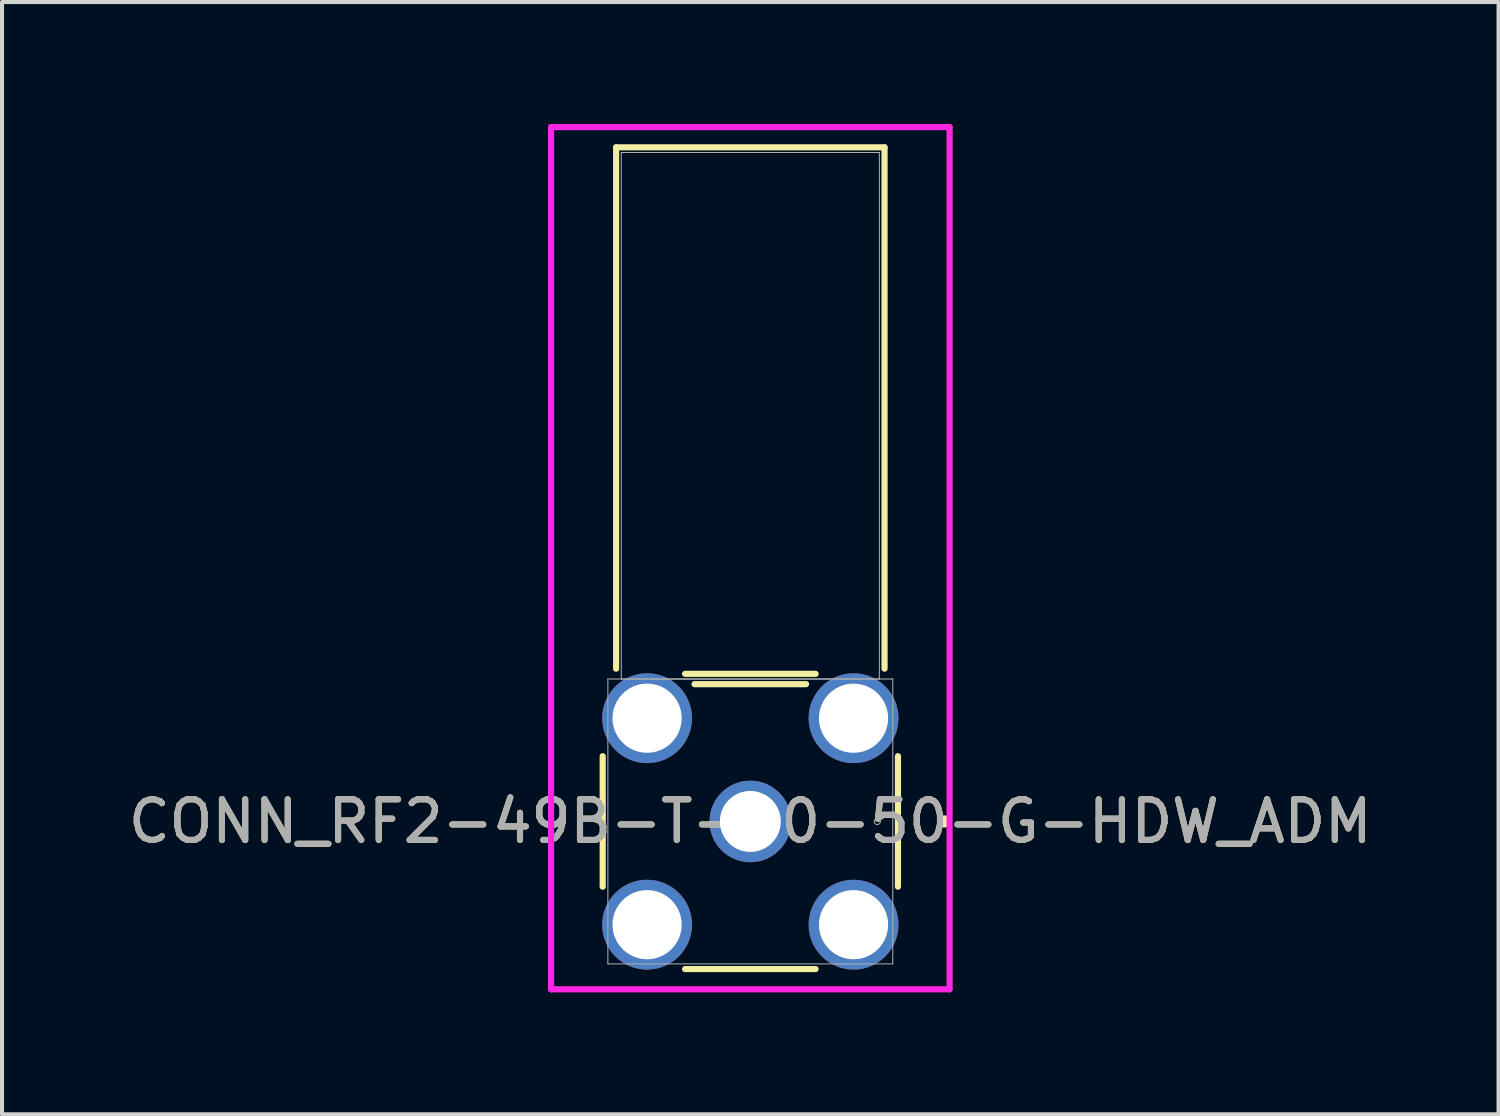
<source format=kicad_pcb>
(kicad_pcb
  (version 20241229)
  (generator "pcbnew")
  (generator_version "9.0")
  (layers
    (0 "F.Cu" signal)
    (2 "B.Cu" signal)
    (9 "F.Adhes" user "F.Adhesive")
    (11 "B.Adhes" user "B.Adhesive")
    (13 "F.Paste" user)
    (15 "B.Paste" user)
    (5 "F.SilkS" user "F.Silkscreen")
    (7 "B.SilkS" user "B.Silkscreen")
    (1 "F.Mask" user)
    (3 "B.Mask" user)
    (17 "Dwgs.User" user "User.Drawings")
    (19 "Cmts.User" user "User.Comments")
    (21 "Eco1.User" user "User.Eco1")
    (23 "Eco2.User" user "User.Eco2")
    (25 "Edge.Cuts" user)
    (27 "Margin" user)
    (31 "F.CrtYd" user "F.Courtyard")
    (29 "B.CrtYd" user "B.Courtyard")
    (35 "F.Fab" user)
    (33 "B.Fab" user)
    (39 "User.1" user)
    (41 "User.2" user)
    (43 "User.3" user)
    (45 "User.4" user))
  (footprint "CONN_RF2-49B-T-00-50-G-HDW_ADM"
    (layer "F.Cu")
    (at 15.411 17.161)
    (property "Reference" "CONN_RF2-49B-T-00-50-G-HDW_ADM" (at 0 0 0) (unlocked yes) (layer "F.SilkS") (effects (font (size 1 1) (thickness 0.15))))
    (attr through_hole)
    (fp_line (start -3.632 -1.605) (end -3.632 1.605) (stroke (width 0.152) (type solid)) (layer "F.SilkS"))
    (fp_line (start -3.302 -16.586) (end -3.302 -3.759) (stroke (width 0.152) (type solid)) (layer "F.SilkS"))
    (fp_line (start -1.605 3.632) (end 1.605 3.632) (stroke (width 0.152) (type solid)) (layer "F.SilkS"))
    (fp_line (start -1.372 -3.378) (end 1.372 -3.378) (stroke (width 0.152) (type solid)) (layer "F.SilkS"))
    (fp_line (start 1.605 -3.632) (end -1.605 -3.632) (stroke (width 0.152) (type solid)) (layer "F.SilkS"))
    (fp_line (start 3.302 -16.586) (end -3.302 -16.586) (stroke (width 0.152) (type solid)) (layer "F.SilkS"))
    (fp_line (start 3.302 -3.759) (end 3.302 -16.586) (stroke (width 0.152) (type solid)) (layer "F.SilkS"))
    (fp_line (start 3.632 1.605) (end 3.632 -1.605) (stroke (width 0.152) (type solid)) (layer "F.SilkS"))
    (fp_circle (center 4.775 0) (end 4.851 0) (stroke (width 0.152) (type solid)) (fill no) (layer "F.SilkS"))
    (fp_line (start -4.902 -17.084) (end 4.902 -17.084) (stroke (width 0.152) (type solid)) (layer "F.CrtYd"))
    (fp_line (start -4.902 4.13) (end -4.902 -17.084) (stroke (width 0.152) (type solid)) (layer "F.CrtYd"))
    (fp_line (start 4.902 -17.084) (end 4.902 4.13) (stroke (width 0.152) (type solid)) (layer "F.CrtYd"))
    (fp_line (start 4.902 4.13) (end -4.902 4.13) (stroke (width 0.152) (type solid)) (layer "F.CrtYd"))
    (fp_line (start -3.505 -3.505) (end -3.505 3.505) (stroke (width 0.025) (type solid)) (layer "F.Fab"))
    (fp_line (start -3.505 3.505) (end 3.505 3.505) (stroke (width 0.025) (type solid)) (layer "F.Fab"))
    (fp_line (start -3.175 -16.459) (end -3.175 -3.505) (stroke (width 0.025) (type solid)) (layer "F.Fab"))
    (fp_line (start -3.175 -3.505) (end 3.175 -3.505) (stroke (width 0.025) (type solid)) (layer "F.Fab"))
    (fp_line (start 3.175 -16.459) (end -3.175 -16.459) (stroke (width 0.025) (type solid)) (layer "F.Fab"))
    (fp_line (start 3.175 -3.505) (end 3.175 -16.459) (stroke (width 0.025) (type solid)) (layer "F.Fab"))
    (fp_line (start 3.505 -3.505) (end -3.505 -3.505) (stroke (width 0.025) (type solid)) (layer "F.Fab"))
    (fp_line (start 3.505 3.505) (end 3.505 -3.505) (stroke (width 0.025) (type solid)) (layer "F.Fab"))
    (fp_circle (center 3.124 0) (end 3.2 0) (stroke (width 0.025) (type solid)) (fill no) (layer "F.Fab"))
    (fp_text user "${REFERENCE}" (at 0 0 0) (unlocked yes) (layer "F.Fab") (effects (font (size 1 1) (thickness 0.15))))
    (pad "1" thru_hole circle (at 0 0) (size 2.007 2.007) (drill 1.499) (layers "*.Cu" "*.Mask"))
    (pad "2" thru_hole circle (at -2.54 -2.54) (size 2.21 2.21) (drill 1.702) (layers "*.Cu" "*.Mask"))
    (pad "3" thru_hole circle (at -2.54 2.54) (size 2.21 2.21) (drill 1.702) (layers "*.Cu" "*.Mask"))
    (pad "4" thru_hole circle (at 2.54 2.54) (size 2.21 2.21) (drill 1.702) (layers "*.Cu" "*.Mask"))
    (pad "5" thru_hole circle (at 2.54 -2.54) (size 2.21 2.21) (drill 1.702) (layers "*.Cu" "*.Mask")))
  (gr_rect
    (start -3 -3)
    (end 33.821 24.367)
    (stroke (width 0.1) (type default))
    (fill no)
    (layer "Edge.Cuts")))
</source>
